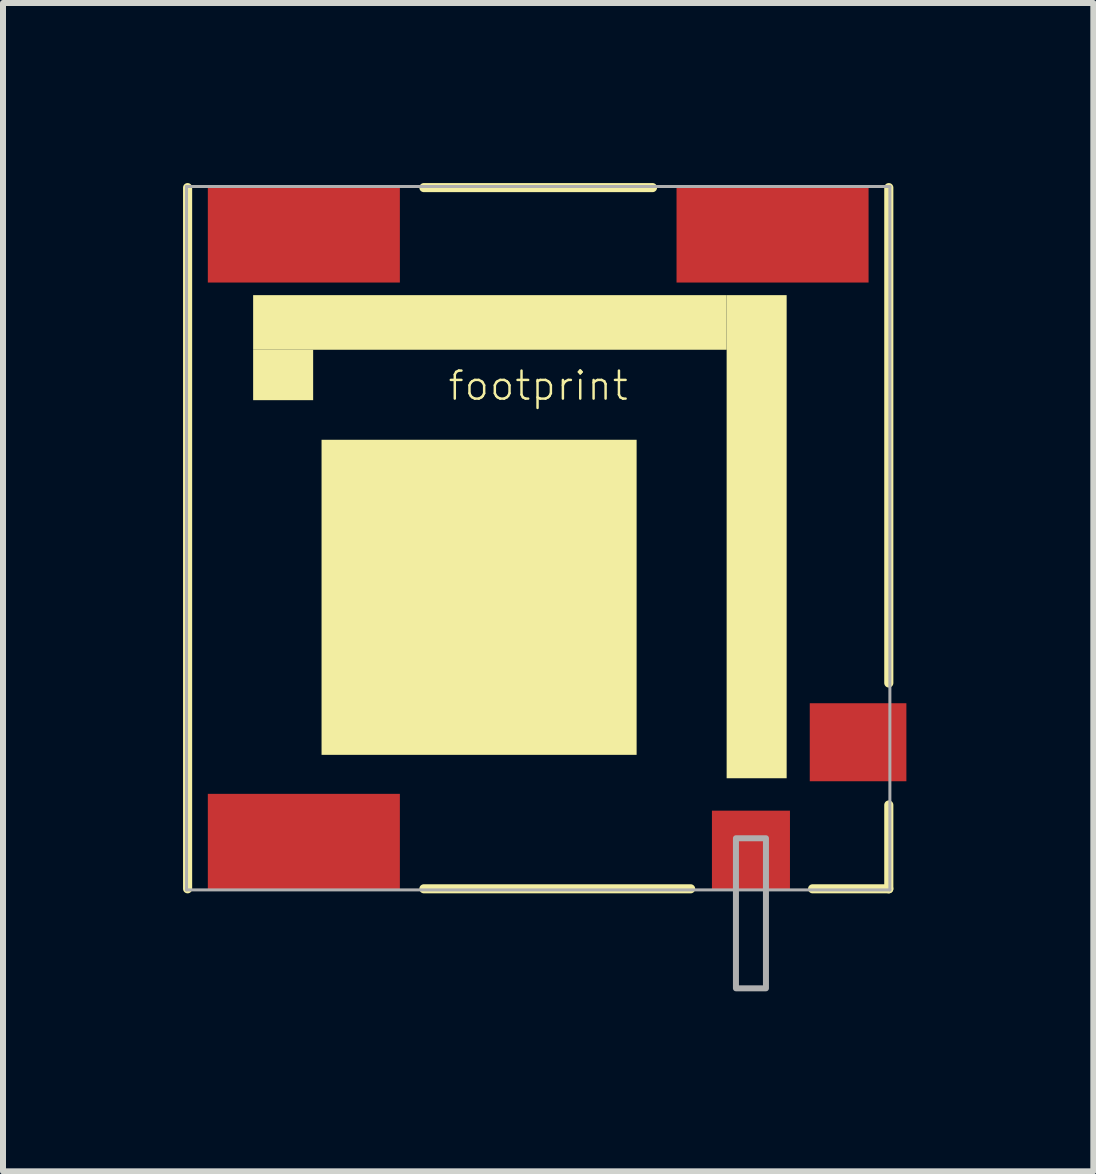
<source format=kicad_pcb>
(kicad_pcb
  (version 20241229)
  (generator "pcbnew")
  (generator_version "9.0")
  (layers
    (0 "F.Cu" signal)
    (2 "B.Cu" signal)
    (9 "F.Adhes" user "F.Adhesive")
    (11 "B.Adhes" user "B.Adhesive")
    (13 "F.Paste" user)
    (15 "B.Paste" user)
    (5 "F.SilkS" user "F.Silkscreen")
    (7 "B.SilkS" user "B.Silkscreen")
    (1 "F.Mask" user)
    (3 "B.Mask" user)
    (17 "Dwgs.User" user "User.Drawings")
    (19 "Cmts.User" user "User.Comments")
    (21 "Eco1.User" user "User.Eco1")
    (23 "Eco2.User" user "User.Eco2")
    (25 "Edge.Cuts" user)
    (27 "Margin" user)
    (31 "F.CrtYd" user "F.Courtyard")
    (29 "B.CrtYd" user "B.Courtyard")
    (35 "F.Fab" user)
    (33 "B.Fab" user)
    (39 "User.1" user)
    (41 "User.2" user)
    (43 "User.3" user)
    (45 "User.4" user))
  (footprint "footprint"
    (layer "F.Cu")
    (at 5.918 5.918)
    (property "Reference" "footprint" (at 0 -2.54 0) (layer "F.SilkS") (effects (font (size 0.467 0.467) (thickness 0.041))))
    (fp_line (start -5.842 5.842) (end -5.842 -5.842) (stroke (width 0.152) (type solid)) (layer "F.SilkS"))
    (fp_line (start -1.905 -5.842) (end 1.905 -5.842) (stroke (width 0.152) (type solid)) (layer "F.SilkS"))
    (fp_line (start 2.54 5.842) (end -1.905 5.842) (stroke (width 0.152) (type solid)) (layer "F.SilkS"))
    (fp_line (start 5.842 -5.842) (end 5.842 2.413) (stroke (width 0.152) (type solid)) (layer "F.SilkS"))
    (fp_line (start 5.842 4.445) (end 5.842 5.842) (stroke (width 0.152) (type solid)) (layer "F.SilkS"))
    (fp_line (start 5.842 5.842) (end 4.572 5.842) (stroke (width 0.152) (type solid)) (layer "F.SilkS"))
    (fp_poly (pts (xy -4.75 -3.14) (xy 3.14 -3.14) (xy 3.14 -4.05) (xy -4.75 -4.05)) (stroke (width 0) (type solid)) (fill yes) (layer "F.SilkS"))
    (fp_poly (pts (xy -4.75 -2.3) (xy -3.75 -2.3) (xy -3.75 -3.14) (xy -4.75 -3.14)) (stroke (width 0) (type solid)) (fill yes) (layer "F.SilkS"))
    (fp_poly (pts (xy -3.61 3.61) (xy 1.64 3.61) (xy 1.64 -1.64) (xy -3.61 -1.64)) (stroke (width 0) (type solid)) (fill yes) (layer "F.SilkS"))
    (fp_poly (pts (xy 3.14 4) (xy 4.14 4) (xy 4.14 -4.05) (xy 3.14 -4.05)) (stroke (width 0) (type solid)) (fill yes) (layer "F.SilkS"))
    (fp_line (start -5.86 -5.86) (end 5.86 -5.86) (stroke (width 0.05) (type solid)) (layer "F.Fab"))
    (fp_line (start -5.86 5.86) (end -5.86 -5.86) (stroke (width 0.05) (type solid)) (layer "F.Fab"))
    (fp_line (start 5.86 -5.86) (end 5.86 5.86) (stroke (width 0.05) (type solid)) (layer "F.Fab"))
    (fp_line (start 5.86 5.86) (end -5.86 5.86) (stroke (width 0.05) (type solid)) (layer "F.Fab"))
    (fp_poly (pts (xy 3.295 7.5) (xy 3.795 7.5) (xy 3.795 5) (xy 3.295 5)) (stroke (width 0.1) (type solid)) (fill no) (layer "F.Fab"))
    (pad "FEED" smd rect (at 5.33 3.4 270) (size 1.3 1.61) (layers "F.Cu" "F.Mask" "F.Paste"))
    (pad "GND" smd rect (at 3.545 5.2 180) (size 1.3 1.32) (layers "F.Cu" "F.Mask" "F.Paste"))
    (pad "NC1" smd rect (at -3.905 5.06 90) (size 1.6 3.2) (layers "F.Cu" "F.Mask" "F.Paste"))
    (pad "NC2" smd rect (at -3.905 -5.06 90) (size 1.6 3.2) (layers "F.Cu" "F.Mask" "F.Paste"))
    (pad "NC3" smd rect (at 3.905 -5.06 90) (size 1.6 3.2) (layers "F.Cu" "F.Mask" "F.Paste"))
    (zone (net_name "") (layer "F.Cu") (hatch edge 0.508) (connect_pads) (min_thickness 0.254) (filled_areas_thickness no) (keepout (tracks not_allowed) (vias not_allowed) (pads not_allowed) (copperpour not_allowed) (footprints allowed)) (placement (enabled no)) (fill) (polygon (pts (xy 8.763 12.868) (xy 9.206 12.868) (xy 9.206 11.543) (xy 8.763 11.543))))
    (zone (net_name "") (layer "F.Cu") (hatch edge 0.508) (connect_pads) (min_thickness 0.254) (filled_areas_thickness no) (keepout (tracks not_allowed) (vias not_allowed) (pads not_allowed) (copperpour not_allowed) (footprints allowed)) (placement (enabled no)) (fill) (polygon (pts (xy 8.793 10.418) (xy 8.418 10.418) (xy 8.418 12.868) (xy 8.793 12.868))))
    (zone (net_name "") (layer "F.Cu") (hatch edge 0.508) (connect_pads) (min_thickness 0.254) (filled_areas_thickness no) (keepout (tracks not_allowed) (vias not_allowed) (pads not_allowed) (copperpour not_allowed) (footprints allowed)) (placement (enabled no)) (fill) (polygon (pts (xy 9.713 12.868) (xy 10.156 12.868) (xy 10.156 11.893) (xy 9.713 11.893))))
    (zone (net_name "") (layer "F.Cu") (hatch edge 0.508) (connect_pads) (min_thickness 0.254) (filled_areas_thickness no) (keepout (tracks not_allowed) (vias not_allowed) (pads not_allowed) (copperpour not_allowed) (footprints allowed)) (placement (enabled no)) (fill) (polygon (pts (xy 10.043 10.368) (xy 10.418 10.368) (xy 10.418 8.268) (xy 10.043 8.268))))
    (zone (net_name "") (layer "F.Cu") (hatch edge 0.508) (connect_pads) (min_thickness 0.254) (filled_areas_thickness no) (keepout (tracks not_allowed) (vias not_allowed) (pads not_allowed) (copperpour not_allowed) (footprints allowed)) (placement (enabled no)) (fill) (polygon (pts (xy 10.143 12.868) (xy 10.518 12.868) (xy 10.518 10.418) (xy 10.143 10.418))))
    (zone (net_name "") (layer "F.Cu") (hatch edge 0.508) (connect_pads) (min_thickness 0.254) (filled_areas_thickness no) (keepout (tracks not_allowed) (vias not_allowed) (pads not_allowed) (copperpour not_allowed) (footprints allowed)) (placement (enabled no)) (fill) (polygon (pts (xy 10.518 10.443) (xy 10.518 10.068) (xy 8.418 10.068) (xy 8.418 10.443))))
    (zone (net_name "") (layer "F.Cu") (hatch edge 0.508) (connect_pads) (min_thickness 0.254) (filled_areas_thickness no) (keepout (tracks not_allowed) (vias not_allowed) (pads not_allowed) (copperpour not_allowed) (footprints allowed)) (placement (enabled no)) (fill) (polygon (pts (xy 12.168 8.643) (xy 12.168 8.268) (xy 10.068 8.268) (xy 10.068 8.643))))
    (zone (net_name "") (layer "F.Cu") (hatch edge 0.508) (connect_pads) (min_thickness 0.254) (filled_areas_thickness no) (keepout (tracks not_allowed) (vias not_allowed) (pads not_allowed) (copperpour not_allowed) (footprints allowed)) (placement (enabled no)) (fill) (polygon (pts (xy 12.168 10.343) (xy 12.168 9.968) (xy 10.068 9.968) (xy 10.068 10.343)))))
  (gr_rect
    (start -3 -3)
    (end 15.168 16.468)
    (stroke (width 0.1) (type default))
    (fill no)
    (layer "Edge.Cuts")))
</source>
